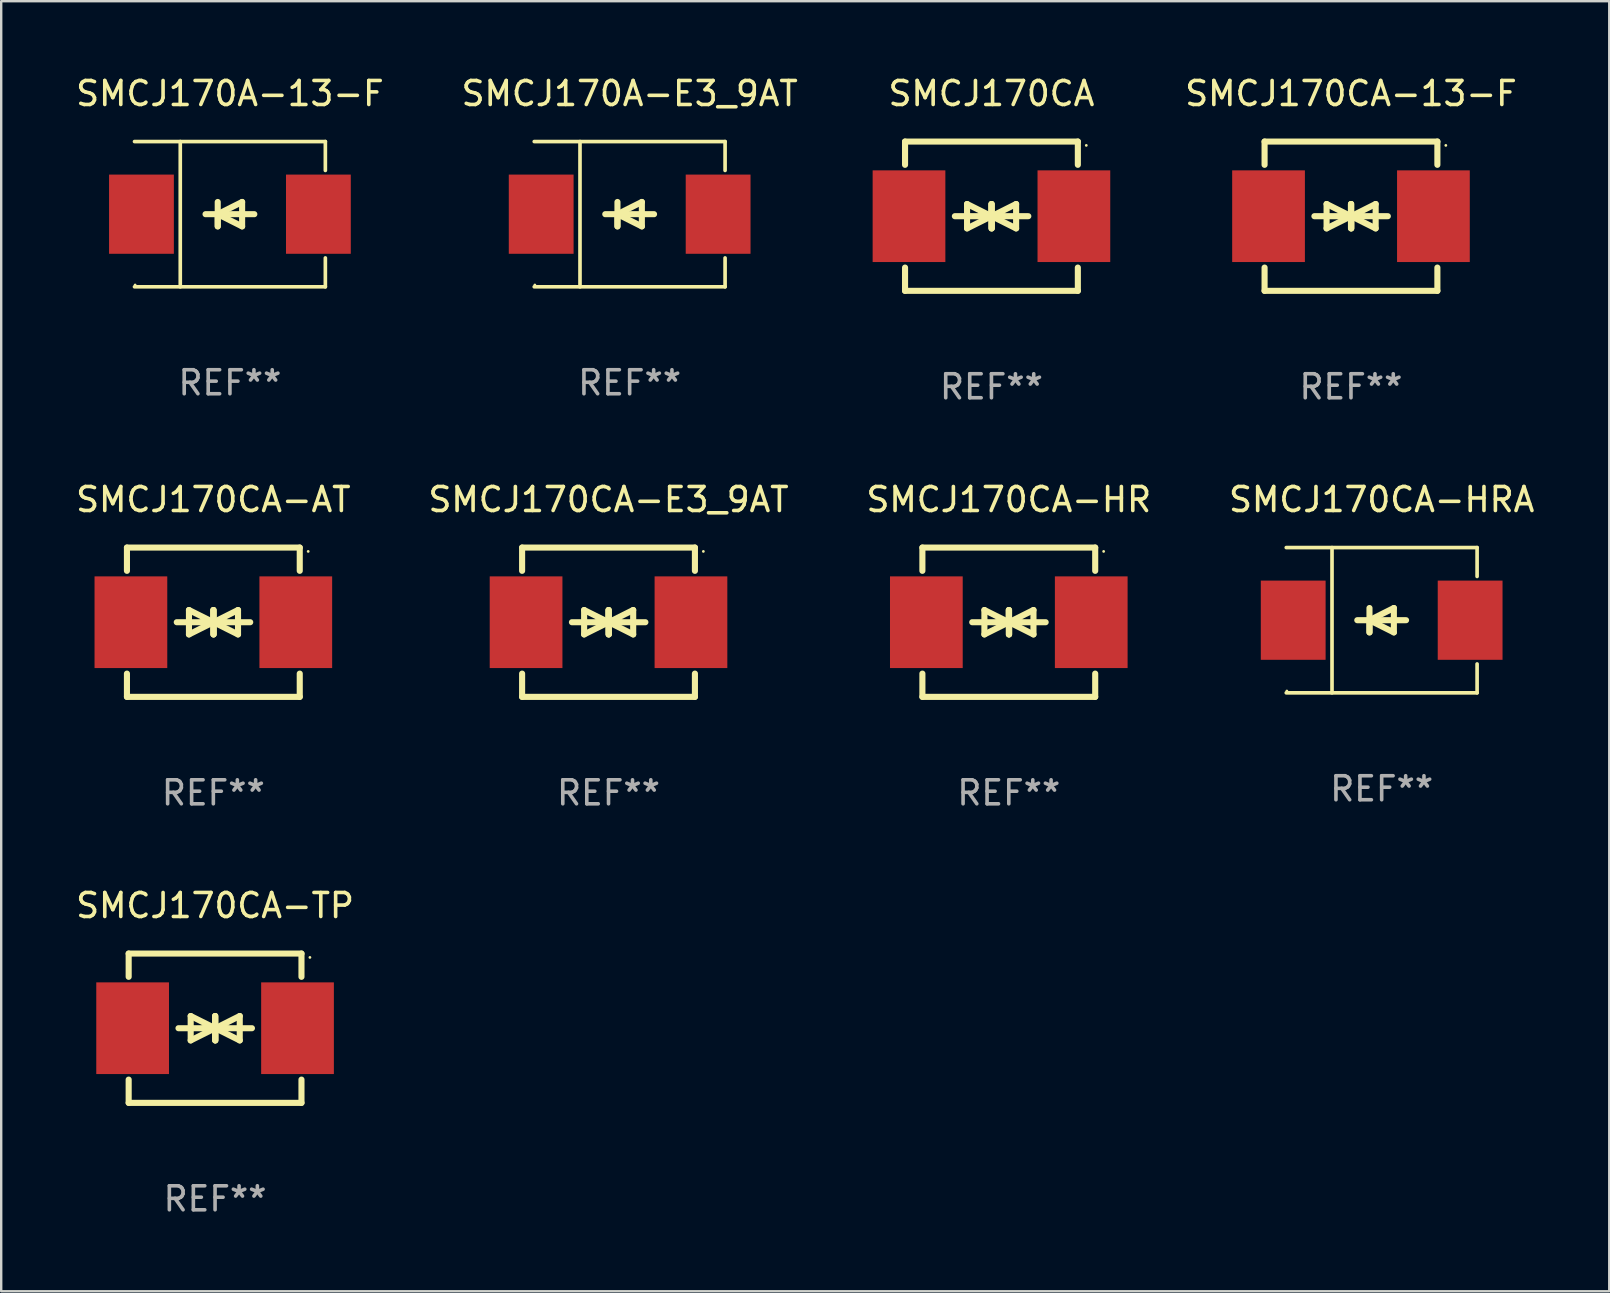
<source format=kicad_pcb>
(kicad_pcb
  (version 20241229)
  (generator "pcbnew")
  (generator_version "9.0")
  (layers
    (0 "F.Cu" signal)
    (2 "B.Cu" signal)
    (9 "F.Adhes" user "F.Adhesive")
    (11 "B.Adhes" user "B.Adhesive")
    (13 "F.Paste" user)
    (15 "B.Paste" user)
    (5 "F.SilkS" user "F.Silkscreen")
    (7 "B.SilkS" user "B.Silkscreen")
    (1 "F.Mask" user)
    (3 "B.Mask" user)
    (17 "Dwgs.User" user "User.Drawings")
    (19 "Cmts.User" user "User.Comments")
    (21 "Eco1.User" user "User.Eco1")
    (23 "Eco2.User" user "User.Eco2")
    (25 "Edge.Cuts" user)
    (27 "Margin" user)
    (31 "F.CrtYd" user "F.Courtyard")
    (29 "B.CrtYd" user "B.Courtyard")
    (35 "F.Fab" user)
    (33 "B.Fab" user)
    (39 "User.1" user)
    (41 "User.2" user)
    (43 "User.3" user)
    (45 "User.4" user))
  (footprint "SMCJ170CA-HRA"
    (layer "F.Cu")
    (at 54.518 22.791)
    (property "Reference" "SMCJ170CA-HRA" (at 0 -5.026 0) (layer "F.SilkS") (effects (font (size 1 1) (thickness 0.15))))
    (attr through_hole)
    (fp_line (start -3.976 -3.026) (end 3.976 -3.026) (stroke (width 0.152) (type solid)) (layer "F.SilkS"))
    (fp_line (start -3.976 3.026) (end 3.976 3.026) (stroke (width 0.152) (type solid)) (layer "F.SilkS"))
    (fp_line (start -2.069 -3.026) (end -2.069 3.026) (stroke (width 0.152) (type solid)) (layer "F.SilkS"))
    (fp_line (start -0.508 0) (end -0.508 0.508) (stroke (width 0.254) (type solid)) (layer "F.SilkS"))
    (fp_line (start -0.508 0) (end 0.508 0.508) (stroke (width 0.254) (type solid)) (layer "F.SilkS"))
    (fp_line (start -0.508 0.508) (end -0.508 -0.508) (stroke (width 0.254) (type solid)) (layer "F.SilkS"))
    (fp_line (start 0.508 -0.508) (end -0.508 0) (stroke (width 0.254) (type solid)) (layer "F.SilkS"))
    (fp_line (start 0.508 0.508) (end 0.508 -0.508) (stroke (width 0.254) (type solid)) (layer "F.SilkS"))
    (fp_line (start 1.016 0) (end -1.016 0) (stroke (width 0.254) (type solid)) (layer "F.SilkS"))
    (fp_line (start 3.976 -3.026) (end 3.976 -1.823) (stroke (width 0.152) (type solid)) (layer "F.SilkS"))
    (fp_line (start 3.976 3.026) (end 3.976 1.823) (stroke (width 0.152) (type solid)) (layer "F.SilkS"))
    (fp_circle (center -3.95 2.95) (end -3.92 2.95) (stroke (width 0.06) (type solid)) (fill no) (layer "F.SilkS"))
    (fp_text user "REF**" (at 0 7.026 0) (layer "F.Fab") (effects (font (size 1 1) (thickness 0.15))))
    (pad "1" smd rect (at -3.686 0) (size 2.7 3.3) (layers "F.Cu" "F.Mask" "F.Paste"))
    (pad "2" smd rect (at 3.686 0) (size 2.7 3.3) (layers "F.Cu" "F.Mask" "F.Paste")))
  (footprint "SMCJ170CA-HR"
    (layer "F.Cu")
    (at 38.982 22.875)
    (property "Reference" "SMCJ170CA-HR" (at 0 -5.11 0) (layer "F.SilkS") (effects (font (size 1 1) (thickness 0.15))))
    (attr through_hole)
    (fp_line (start -3.6 -2.141) (end -3.6 -3.11) (stroke (width 0.254) (type solid)) (layer "F.SilkS"))
    (fp_line (start -3.6 3.11) (end -3.6 2.141) (stroke (width 0.254) (type solid)) (layer "F.SilkS"))
    (fp_line (start -1.524 0) (end 0.508 0) (stroke (width 0.254) (type solid)) (layer "F.SilkS"))
    (fp_line (start -1.016 -0.508) (end -1.016 0.508) (stroke (width 0.254) (type solid)) (layer "F.SilkS"))
    (fp_line (start -1.016 0.508) (end 0 0) (stroke (width 0.254) (type solid)) (layer "F.SilkS"))
    (fp_line (start 0 -0.508) (end 0 0.508) (stroke (width 0.254) (type solid)) (layer "F.SilkS"))
    (fp_line (start 0 0) (end -1.016 -0.508) (stroke (width 0.254) (type solid)) (layer "F.SilkS"))
    (fp_line (start 0 0) (end 0 -0.508) (stroke (width 0.254) (type solid)) (layer "F.SilkS"))
    (fp_line (start 0.012 0) (end 0.012 0.508) (stroke (width 0.254) (type solid)) (layer "F.SilkS"))
    (fp_line (start 0.012 0) (end 1.028 0.508) (stroke (width 0.254) (type solid)) (layer "F.SilkS"))
    (fp_line (start 0.012 0.508) (end 0.012 -0.508) (stroke (width 0.254) (type solid)) (layer "F.SilkS"))
    (fp_line (start 1.028 -0.508) (end 0.012 0) (stroke (width 0.254) (type solid)) (layer "F.SilkS"))
    (fp_line (start 1.028 0.508) (end 1.028 -0.508) (stroke (width 0.254) (type solid)) (layer "F.SilkS"))
    (fp_line (start 1.536 0) (end -0.496 0) (stroke (width 0.254) (type solid)) (layer "F.SilkS"))
    (fp_line (start 3.6 -3.11) (end -3.6 -3.11) (stroke (width 0.254) (type solid)) (layer "F.SilkS"))
    (fp_line (start 3.6 -2.141) (end 3.6 -3.11) (stroke (width 0.254) (type solid)) (layer "F.SilkS"))
    (fp_line (start 3.6 3.11) (end -3.6 3.11) (stroke (width 0.254) (type solid)) (layer "F.SilkS"))
    (fp_line (start 3.6 3.11) (end 3.6 2.141) (stroke (width 0.254) (type solid)) (layer "F.SilkS"))
    (fp_circle (center 3.952 -2.95) (end 3.982 -2.95) (stroke (width 0.06) (type solid)) (fill no) (layer "F.SilkS"))
    (fp_text user "REF**" (at 0 7.11 0) (layer "F.Fab") (effects (font (size 1 1) (thickness 0.15))))
    (pad "1" smd rect (at 3.435 0) (size 3.03 3.82) (layers "F.Cu" "F.Mask" "F.Paste"))
    (pad "2" smd rect (at -3.435 0) (size 3.03 3.82) (layers "F.Cu" "F.Mask" "F.Paste")))
  (footprint "SMCJ170CA-AT"
    (layer "F.Cu")
    (at 5.839 22.875)
    (property "Reference" "SMCJ170CA-AT" (at 0 -5.11 0) (layer "F.SilkS") (effects (font (size 1 1) (thickness 0.15))))
    (attr through_hole)
    (fp_line (start -3.6 -2.141) (end -3.6 -3.11) (stroke (width 0.254) (type solid)) (layer "F.SilkS"))
    (fp_line (start -3.6 3.11) (end -3.6 2.141) (stroke (width 0.254) (type solid)) (layer "F.SilkS"))
    (fp_line (start -1.524 0) (end 0.508 0) (stroke (width 0.254) (type solid)) (layer "F.SilkS"))
    (fp_line (start -1.016 -0.508) (end -1.016 0.508) (stroke (width 0.254) (type solid)) (layer "F.SilkS"))
    (fp_line (start -1.016 0.508) (end 0 0) (stroke (width 0.254) (type solid)) (layer "F.SilkS"))
    (fp_line (start 0 -0.508) (end 0 0.508) (stroke (width 0.254) (type solid)) (layer "F.SilkS"))
    (fp_line (start 0 0) (end -1.016 -0.508) (stroke (width 0.254) (type solid)) (layer "F.SilkS"))
    (fp_line (start 0 0) (end 0 -0.508) (stroke (width 0.254) (type solid)) (layer "F.SilkS"))
    (fp_line (start 0.012 0) (end 0.012 0.508) (stroke (width 0.254) (type solid)) (layer "F.SilkS"))
    (fp_line (start 0.012 0) (end 1.028 0.508) (stroke (width 0.254) (type solid)) (layer "F.SilkS"))
    (fp_line (start 0.012 0.508) (end 0.012 -0.508) (stroke (width 0.254) (type solid)) (layer "F.SilkS"))
    (fp_line (start 1.028 -0.508) (end 0.012 0) (stroke (width 0.254) (type solid)) (layer "F.SilkS"))
    (fp_line (start 1.028 0.508) (end 1.028 -0.508) (stroke (width 0.254) (type solid)) (layer "F.SilkS"))
    (fp_line (start 1.536 0) (end -0.496 0) (stroke (width 0.254) (type solid)) (layer "F.SilkS"))
    (fp_line (start 3.6 -3.11) (end -3.6 -3.11) (stroke (width 0.254) (type solid)) (layer "F.SilkS"))
    (fp_line (start 3.6 -2.141) (end 3.6 -3.11) (stroke (width 0.254) (type solid)) (layer "F.SilkS"))
    (fp_line (start 3.6 3.11) (end -3.6 3.11) (stroke (width 0.254) (type solid)) (layer "F.SilkS"))
    (fp_line (start 3.6 3.11) (end 3.6 2.141) (stroke (width 0.254) (type solid)) (layer "F.SilkS"))
    (fp_circle (center 3.952 -2.95) (end 3.982 -2.95) (stroke (width 0.06) (type solid)) (fill no) (layer "F.SilkS"))
    (fp_text user "REF**" (at 0 7.11 0) (layer "F.Fab") (effects (font (size 1 1) (thickness 0.15))))
    (pad "1" smd rect (at 3.435 0) (size 3.03 3.82) (layers "F.Cu" "F.Mask" "F.Paste"))
    (pad "2" smd rect (at -3.435 0) (size 3.03 3.82) (layers "F.Cu" "F.Mask" "F.Paste")))
  (footprint "SMCJ170CA-E3_9AT"
    (layer "F.Cu")
    (at 22.304 22.875)
    (property "Reference" "SMCJ170CA-E3_9AT" (at 0 -5.11 0) (layer "F.SilkS") (effects (font (size 1 1) (thickness 0.15))))
    (attr through_hole)
    (fp_line (start -3.6 -2.141) (end -3.6 -3.11) (stroke (width 0.254) (type solid)) (layer "F.SilkS"))
    (fp_line (start -3.6 3.11) (end -3.6 2.141) (stroke (width 0.254) (type solid)) (layer "F.SilkS"))
    (fp_line (start -1.524 0) (end 0.508 0) (stroke (width 0.254) (type solid)) (layer "F.SilkS"))
    (fp_line (start -1.016 -0.508) (end -1.016 0.508) (stroke (width 0.254) (type solid)) (layer "F.SilkS"))
    (fp_line (start -1.016 0.508) (end 0 0) (stroke (width 0.254) (type solid)) (layer "F.SilkS"))
    (fp_line (start 0 -0.508) (end 0 0.508) (stroke (width 0.254) (type solid)) (layer "F.SilkS"))
    (fp_line (start 0 0) (end -1.016 -0.508) (stroke (width 0.254) (type solid)) (layer "F.SilkS"))
    (fp_line (start 0 0) (end 0 -0.508) (stroke (width 0.254) (type solid)) (layer "F.SilkS"))
    (fp_line (start 0.012 0) (end 0.012 0.508) (stroke (width 0.254) (type solid)) (layer "F.SilkS"))
    (fp_line (start 0.012 0) (end 1.028 0.508) (stroke (width 0.254) (type solid)) (layer "F.SilkS"))
    (fp_line (start 0.012 0.508) (end 0.012 -0.508) (stroke (width 0.254) (type solid)) (layer "F.SilkS"))
    (fp_line (start 1.028 -0.508) (end 0.012 0) (stroke (width 0.254) (type solid)) (layer "F.SilkS"))
    (fp_line (start 1.028 0.508) (end 1.028 -0.508) (stroke (width 0.254) (type solid)) (layer "F.SilkS"))
    (fp_line (start 1.536 0) (end -0.496 0) (stroke (width 0.254) (type solid)) (layer "F.SilkS"))
    (fp_line (start 3.6 -3.11) (end -3.6 -3.11) (stroke (width 0.254) (type solid)) (layer "F.SilkS"))
    (fp_line (start 3.6 -2.141) (end 3.6 -3.11) (stroke (width 0.254) (type solid)) (layer "F.SilkS"))
    (fp_line (start 3.6 3.11) (end -3.6 3.11) (stroke (width 0.254) (type solid)) (layer "F.SilkS"))
    (fp_line (start 3.6 3.11) (end 3.6 2.141) (stroke (width 0.254) (type solid)) (layer "F.SilkS"))
    (fp_circle (center 3.952 -2.95) (end 3.982 -2.95) (stroke (width 0.06) (type solid)) (fill no) (layer "F.SilkS"))
    (fp_text user "REF**" (at 0 7.11 0) (layer "F.Fab") (effects (font (size 1 1) (thickness 0.15))))
    (pad "1" smd rect (at 3.435 0) (size 3.03 3.82) (layers "F.Cu" "F.Mask" "F.Paste"))
    (pad "2" smd rect (at -3.435 0) (size 3.03 3.82) (layers "F.Cu" "F.Mask" "F.Paste")))
  (footprint "SMCJ170CA-13-F"
    (layer "F.Cu")
    (at 53.239 5.958)
    (property "Reference" "SMCJ170CA-13-F" (at 0 -5.11 0) (layer "F.SilkS") (effects (font (size 1 1) (thickness 0.15))))
    (attr through_hole)
    (fp_line (start -3.6 -2.141) (end -3.6 -3.11) (stroke (width 0.254) (type solid)) (layer "F.SilkS"))
    (fp_line (start -3.6 3.11) (end -3.6 2.141) (stroke (width 0.254) (type solid)) (layer "F.SilkS"))
    (fp_line (start -1.524 0) (end 0.508 0) (stroke (width 0.254) (type solid)) (layer "F.SilkS"))
    (fp_line (start -1.016 -0.508) (end -1.016 0.508) (stroke (width 0.254) (type solid)) (layer "F.SilkS"))
    (fp_line (start -1.016 0.508) (end 0 0) (stroke (width 0.254) (type solid)) (layer "F.SilkS"))
    (fp_line (start 0 -0.508) (end 0 0.508) (stroke (width 0.254) (type solid)) (layer "F.SilkS"))
    (fp_line (start 0 0) (end -1.016 -0.508) (stroke (width 0.254) (type solid)) (layer "F.SilkS"))
    (fp_line (start 0 0) (end 0 -0.508) (stroke (width 0.254) (type solid)) (layer "F.SilkS"))
    (fp_line (start 0.012 0) (end 0.012 0.508) (stroke (width 0.254) (type solid)) (layer "F.SilkS"))
    (fp_line (start 0.012 0) (end 1.028 0.508) (stroke (width 0.254) (type solid)) (layer "F.SilkS"))
    (fp_line (start 0.012 0.508) (end 0.012 -0.508) (stroke (width 0.254) (type solid)) (layer "F.SilkS"))
    (fp_line (start 1.028 -0.508) (end 0.012 0) (stroke (width 0.254) (type solid)) (layer "F.SilkS"))
    (fp_line (start 1.028 0.508) (end 1.028 -0.508) (stroke (width 0.254) (type solid)) (layer "F.SilkS"))
    (fp_line (start 1.536 0) (end -0.496 0) (stroke (width 0.254) (type solid)) (layer "F.SilkS"))
    (fp_line (start 3.6 -3.11) (end -3.6 -3.11) (stroke (width 0.254) (type solid)) (layer "F.SilkS"))
    (fp_line (start 3.6 -2.141) (end 3.6 -3.11) (stroke (width 0.254) (type solid)) (layer "F.SilkS"))
    (fp_line (start 3.6 3.11) (end -3.6 3.11) (stroke (width 0.254) (type solid)) (layer "F.SilkS"))
    (fp_line (start 3.6 3.11) (end 3.6 2.141) (stroke (width 0.254) (type solid)) (layer "F.SilkS"))
    (fp_circle (center 3.952 -2.95) (end 3.982 -2.95) (stroke (width 0.06) (type solid)) (fill no) (layer "F.SilkS"))
    (fp_text user "REF**" (at 0 7.11 0) (layer "F.Fab") (effects (font (size 1 1) (thickness 0.15))))
    (pad "1" smd rect (at 3.435 0) (size 3.03 3.82) (layers "F.Cu" "F.Mask" "F.Paste"))
    (pad "2" smd rect (at -3.435 0) (size 3.03 3.82) (layers "F.Cu" "F.Mask" "F.Paste")))
  (footprint "SMCJ170CA-TP"
    (layer "F.Cu")
    (at 5.911 39.791)
    (property "Reference" "SMCJ170CA-TP" (at 0 -5.11 0) (layer "F.SilkS") (effects (font (size 1 1) (thickness 0.15))))
    (attr through_hole)
    (fp_line (start -3.6 -2.141) (end -3.6 -3.11) (stroke (width 0.254) (type solid)) (layer "F.SilkS"))
    (fp_line (start -3.6 3.11) (end -3.6 2.141) (stroke (width 0.254) (type solid)) (layer "F.SilkS"))
    (fp_line (start -1.524 0) (end 0.508 0) (stroke (width 0.254) (type solid)) (layer "F.SilkS"))
    (fp_line (start -1.016 -0.508) (end -1.016 0.508) (stroke (width 0.254) (type solid)) (layer "F.SilkS"))
    (fp_line (start -1.016 0.508) (end 0 0) (stroke (width 0.254) (type solid)) (layer "F.SilkS"))
    (fp_line (start 0 -0.508) (end 0 0.508) (stroke (width 0.254) (type solid)) (layer "F.SilkS"))
    (fp_line (start 0 0) (end -1.016 -0.508) (stroke (width 0.254) (type solid)) (layer "F.SilkS"))
    (fp_line (start 0 0) (end 0 -0.508) (stroke (width 0.254) (type solid)) (layer "F.SilkS"))
    (fp_line (start 0.012 0) (end 0.012 0.508) (stroke (width 0.254) (type solid)) (layer "F.SilkS"))
    (fp_line (start 0.012 0) (end 1.028 0.508) (stroke (width 0.254) (type solid)) (layer "F.SilkS"))
    (fp_line (start 0.012 0.508) (end 0.012 -0.508) (stroke (width 0.254) (type solid)) (layer "F.SilkS"))
    (fp_line (start 1.028 -0.508) (end 0.012 0) (stroke (width 0.254) (type solid)) (layer "F.SilkS"))
    (fp_line (start 1.028 0.508) (end 1.028 -0.508) (stroke (width 0.254) (type solid)) (layer "F.SilkS"))
    (fp_line (start 1.536 0) (end -0.496 0) (stroke (width 0.254) (type solid)) (layer "F.SilkS"))
    (fp_line (start 3.6 -3.11) (end -3.6 -3.11) (stroke (width 0.254) (type solid)) (layer "F.SilkS"))
    (fp_line (start 3.6 -2.141) (end 3.6 -3.11) (stroke (width 0.254) (type solid)) (layer "F.SilkS"))
    (fp_line (start 3.6 3.11) (end -3.6 3.11) (stroke (width 0.254) (type solid)) (layer "F.SilkS"))
    (fp_line (start 3.6 3.11) (end 3.6 2.141) (stroke (width 0.254) (type solid)) (layer "F.SilkS"))
    (fp_circle (center 3.952 -2.95) (end 3.982 -2.95) (stroke (width 0.06) (type solid)) (fill no) (layer "F.SilkS"))
    (fp_text user "REF**" (at 0 7.11 0) (layer "F.Fab") (effects (font (size 1 1) (thickness 0.15))))
    (pad "1" smd rect (at 3.435 0) (size 3.03 3.82) (layers "F.Cu" "F.Mask" "F.Paste"))
    (pad "2" smd rect (at -3.435 0) (size 3.03 3.82) (layers "F.Cu" "F.Mask" "F.Paste")))
  (footprint "SMCJ170A-E3_9AT"
    (layer "F.Cu")
    (at 23.185 5.874)
    (property "Reference" "SMCJ170A-E3_9AT" (at 0 -5.026 0) (layer "F.SilkS") (effects (font (size 1 1) (thickness 0.15))))
    (attr through_hole)
    (fp_line (start -3.976 -3.026) (end 3.976 -3.026) (stroke (width 0.152) (type solid)) (layer "F.SilkS"))
    (fp_line (start -3.976 3.026) (end 3.976 3.026) (stroke (width 0.152) (type solid)) (layer "F.SilkS"))
    (fp_line (start -2.069 -3.026) (end -2.069 3.026) (stroke (width 0.152) (type solid)) (layer "F.SilkS"))
    (fp_line (start -0.508 0) (end -0.508 0.508) (stroke (width 0.254) (type solid)) (layer "F.SilkS"))
    (fp_line (start -0.508 0) (end 0.508 0.508) (stroke (width 0.254) (type solid)) (layer "F.SilkS"))
    (fp_line (start -0.508 0.508) (end -0.508 -0.508) (stroke (width 0.254) (type solid)) (layer "F.SilkS"))
    (fp_line (start 0.508 -0.508) (end -0.508 0) (stroke (width 0.254) (type solid)) (layer "F.SilkS"))
    (fp_line (start 0.508 0.508) (end 0.508 -0.508) (stroke (width 0.254) (type solid)) (layer "F.SilkS"))
    (fp_line (start 1.016 0) (end -1.016 0) (stroke (width 0.254) (type solid)) (layer "F.SilkS"))
    (fp_line (start 3.976 -3.026) (end 3.976 -1.823) (stroke (width 0.152) (type solid)) (layer "F.SilkS"))
    (fp_line (start 3.976 3.026) (end 3.976 1.823) (stroke (width 0.152) (type solid)) (layer "F.SilkS"))
    (fp_circle (center -3.95 2.95) (end -3.92 2.95) (stroke (width 0.06) (type solid)) (fill no) (layer "F.SilkS"))
    (fp_text user "REF**" (at 0 7.026 0) (layer "F.Fab") (effects (font (size 1 1) (thickness 0.15))))
    (pad "1" smd rect (at -3.686 0) (size 2.7 3.3) (layers "F.Cu" "F.Mask" "F.Paste"))
    (pad "2" smd rect (at 3.686 0) (size 2.7 3.3) (layers "F.Cu" "F.Mask" "F.Paste")))
  (footprint "SMCJ170CA"
    (layer "F.Cu")
    (at 38.259 5.958)
    (property "Reference" "SMCJ170CA" (at 0 -5.11 0) (layer "F.SilkS") (effects (font (size 1 1) (thickness 0.15))))
    (attr through_hole)
    (fp_line (start -3.6 -2.141) (end -3.6 -3.11) (stroke (width 0.254) (type solid)) (layer "F.SilkS"))
    (fp_line (start -3.6 3.11) (end -3.6 2.141) (stroke (width 0.254) (type solid)) (layer "F.SilkS"))
    (fp_line (start -1.524 0) (end 0.508 0) (stroke (width 0.254) (type solid)) (layer "F.SilkS"))
    (fp_line (start -1.016 -0.508) (end -1.016 0.508) (stroke (width 0.254) (type solid)) (layer "F.SilkS"))
    (fp_line (start -1.016 0.508) (end 0 0) (stroke (width 0.254) (type solid)) (layer "F.SilkS"))
    (fp_line (start 0 -0.508) (end 0 0.508) (stroke (width 0.254) (type solid)) (layer "F.SilkS"))
    (fp_line (start 0 0) (end -1.016 -0.508) (stroke (width 0.254) (type solid)) (layer "F.SilkS"))
    (fp_line (start 0 0) (end 0 -0.508) (stroke (width 0.254) (type solid)) (layer "F.SilkS"))
    (fp_line (start 0.012 0) (end 0.012 0.508) (stroke (width 0.254) (type solid)) (layer "F.SilkS"))
    (fp_line (start 0.012 0) (end 1.028 0.508) (stroke (width 0.254) (type solid)) (layer "F.SilkS"))
    (fp_line (start 0.012 0.508) (end 0.012 -0.508) (stroke (width 0.254) (type solid)) (layer "F.SilkS"))
    (fp_line (start 1.028 -0.508) (end 0.012 0) (stroke (width 0.254) (type solid)) (layer "F.SilkS"))
    (fp_line (start 1.028 0.508) (end 1.028 -0.508) (stroke (width 0.254) (type solid)) (layer "F.SilkS"))
    (fp_line (start 1.536 0) (end -0.496 0) (stroke (width 0.254) (type solid)) (layer "F.SilkS"))
    (fp_line (start 3.6 -3.11) (end -3.6 -3.11) (stroke (width 0.254) (type solid)) (layer "F.SilkS"))
    (fp_line (start 3.6 -2.141) (end 3.6 -3.11) (stroke (width 0.254) (type solid)) (layer "F.SilkS"))
    (fp_line (start 3.6 3.11) (end -3.6 3.11) (stroke (width 0.254) (type solid)) (layer "F.SilkS"))
    (fp_line (start 3.6 3.11) (end 3.6 2.141) (stroke (width 0.254) (type solid)) (layer "F.SilkS"))
    (fp_circle (center 3.952 -2.95) (end 3.982 -2.95) (stroke (width 0.06) (type solid)) (fill no) (layer "F.SilkS"))
    (fp_text user "REF**" (at 0 7.11 0) (layer "F.Fab") (effects (font (size 1 1) (thickness 0.15))))
    (pad "1" smd rect (at 3.435 0) (size 3.03 3.82) (layers "F.Cu" "F.Mask" "F.Paste"))
    (pad "2" smd rect (at -3.435 0) (size 3.03 3.82) (layers "F.Cu" "F.Mask" "F.Paste")))
  (footprint "SMCJ170A-13-F"
    (layer "F.Cu")
    (at 6.53 5.874)
    (property "Reference" "SMCJ170A-13-F" (at 0 -5.026 0) (layer "F.SilkS") (effects (font (size 1 1) (thickness 0.15))))
    (attr through_hole)
    (fp_line (start -3.976 -3.026) (end 3.976 -3.026) (stroke (width 0.152) (type solid)) (layer "F.SilkS"))
    (fp_line (start -3.976 3.026) (end 3.976 3.026) (stroke (width 0.152) (type solid)) (layer "F.SilkS"))
    (fp_line (start -2.069 -3.026) (end -2.069 3.026) (stroke (width 0.152) (type solid)) (layer "F.SilkS"))
    (fp_line (start -0.508 0) (end -0.508 0.508) (stroke (width 0.254) (type solid)) (layer "F.SilkS"))
    (fp_line (start -0.508 0) (end 0.508 0.508) (stroke (width 0.254) (type solid)) (layer "F.SilkS"))
    (fp_line (start -0.508 0.508) (end -0.508 -0.508) (stroke (width 0.254) (type solid)) (layer "F.SilkS"))
    (fp_line (start 0.508 -0.508) (end -0.508 0) (stroke (width 0.254) (type solid)) (layer "F.SilkS"))
    (fp_line (start 0.508 0.508) (end 0.508 -0.508) (stroke (width 0.254) (type solid)) (layer "F.SilkS"))
    (fp_line (start 1.016 0) (end -1.016 0) (stroke (width 0.254) (type solid)) (layer "F.SilkS"))
    (fp_line (start 3.976 -3.026) (end 3.976 -1.823) (stroke (width 0.152) (type solid)) (layer "F.SilkS"))
    (fp_line (start 3.976 3.026) (end 3.976 1.823) (stroke (width 0.152) (type solid)) (layer "F.SilkS"))
    (fp_circle (center -3.95 2.95) (end -3.92 2.95) (stroke (width 0.06) (type solid)) (fill no) (layer "F.SilkS"))
    (fp_text user "REF**" (at 0 7.026 0) (layer "F.Fab") (effects (font (size 1 1) (thickness 0.15))))
    (pad "1" smd rect (at -3.686 0) (size 2.7 3.3) (layers "F.Cu" "F.Mask" "F.Paste"))
    (pad "2" smd rect (at 3.686 0) (size 2.7 3.3) (layers "F.Cu" "F.Mask" "F.Paste")))
  (gr_rect
    (start -3 -3)
    (end 64 50.75)
    (stroke (width 0.1) (type default))
    (fill no)
    (layer "Edge.Cuts")))
</source>
